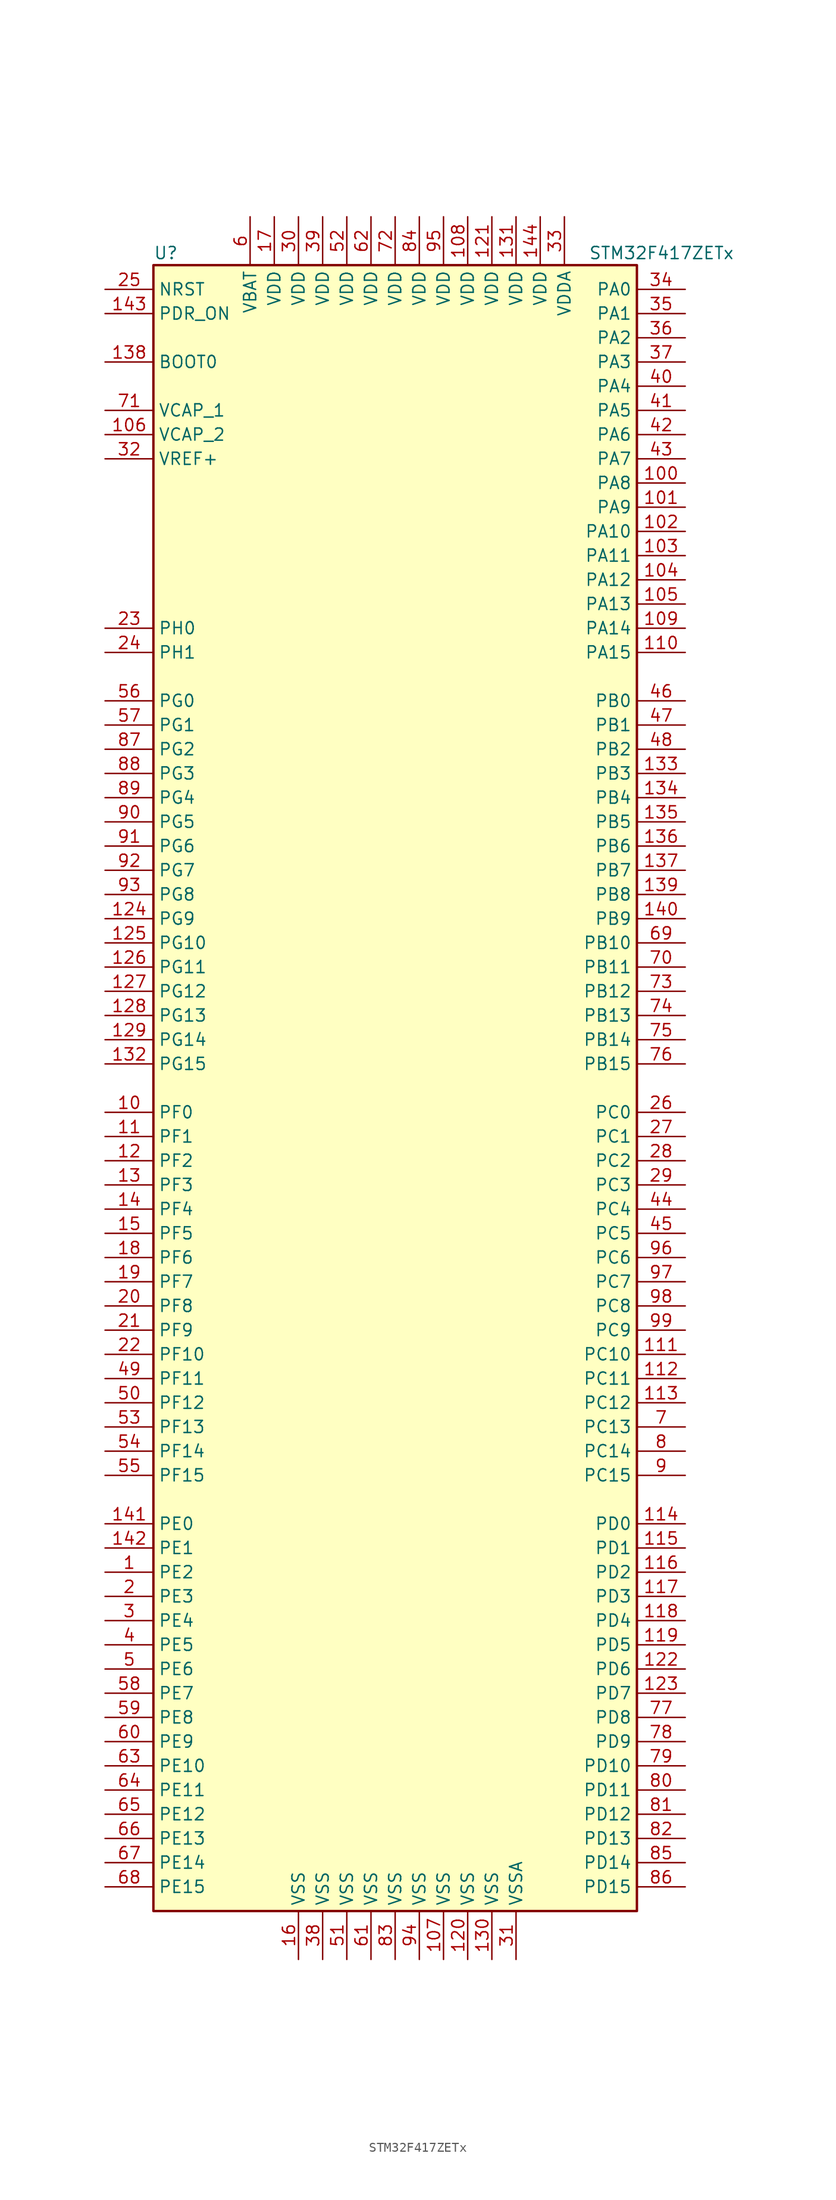
<source format=kicad_sym>
(kicad_symbol_lib
  (version 20201005)
  (generator kicad_symbol_editor)
  (symbol "STM32F417ZETx"
    (property "Reference" "U"
      (at -25.4 87.63 0)
      (effects (font (size 1.27 1.27)) (justify left)))
    (property "Value" "STM32F417ZETx"
      (at 20.32 87.63 0)
      (effects (font (size 1.27 1.27)) (justify left)))
    (symbol "STM32F417ZETx_0_1"
      (rectangle (start -25.4 -86.36) (end 25.4 86.36) (stroke (width 0.254)) (fill (type background))))
    (symbol "STM32F417ZETx_1_1"
      (pin input line (at -30.48 76.2 0) (length 5.08) (name "BOOT0" (effects (font (size 1.27 1.27)))) (number "138" (effects (font (size 1.27 1.27)))))
      (pin input line (at -30.48 83.82 0) (length 5.08) (name "NRST" (effects (font (size 1.27 1.27)))) (number "25" (effects (font (size 1.27 1.27)))))
      (pin bidirectional line (at 30.48 83.82 180) (length 5.08) (name "PA0" (effects (font (size 1.27 1.27)))) (number "34" (effects (font (size 1.27 1.27)))))
      (pin bidirectional line (at 30.48 81.28 180) (length 5.08) (name "PA1" (effects (font (size 1.27 1.27)))) (number "35" (effects (font (size 1.27 1.27)))))
      (pin bidirectional line (at 30.48 58.42 180) (length 5.08) (name "PA10" (effects (font (size 1.27 1.27)))) (number "102" (effects (font (size 1.27 1.27)))))
      (pin bidirectional line (at 30.48 55.88 180) (length 5.08) (name "PA11" (effects (font (size 1.27 1.27)))) (number "103" (effects (font (size 1.27 1.27)))))
      (pin bidirectional line (at 30.48 53.34 180) (length 5.08) (name "PA12" (effects (font (size 1.27 1.27)))) (number "104" (effects (font (size 1.27 1.27)))))
      (pin bidirectional line (at 30.48 50.8 180) (length 5.08) (name "PA13" (effects (font (size 1.27 1.27)))) (number "105" (effects (font (size 1.27 1.27)))))
      (pin bidirectional line (at 30.48 48.26 180) (length 5.08) (name "PA14" (effects (font (size 1.27 1.27)))) (number "109" (effects (font (size 1.27 1.27)))))
      (pin bidirectional line (at 30.48 45.72 180) (length 5.08) (name "PA15" (effects (font (size 1.27 1.27)))) (number "110" (effects (font (size 1.27 1.27)))))
      (pin bidirectional line (at 30.48 78.74 180) (length 5.08) (name "PA2" (effects (font (size 1.27 1.27)))) (number "36" (effects (font (size 1.27 1.27)))))
      (pin bidirectional line (at 30.48 76.2 180) (length 5.08) (name "PA3" (effects (font (size 1.27 1.27)))) (number "37" (effects (font (size 1.27 1.27)))))
      (pin bidirectional line (at 30.48 73.66 180) (length 5.08) (name "PA4" (effects (font (size 1.27 1.27)))) (number "40" (effects (font (size 1.27 1.27)))))
      (pin bidirectional line (at 30.48 71.12 180) (length 5.08) (name "PA5" (effects (font (size 1.27 1.27)))) (number "41" (effects (font (size 1.27 1.27)))))
      (pin bidirectional line (at 30.48 68.58 180) (length 5.08) (name "PA6" (effects (font (size 1.27 1.27)))) (number "42" (effects (font (size 1.27 1.27)))))
      (pin bidirectional line (at 30.48 66.04 180) (length 5.08) (name "PA7" (effects (font (size 1.27 1.27)))) (number "43" (effects (font (size 1.27 1.27)))))
      (pin bidirectional line (at 30.48 63.5 180) (length 5.08) (name "PA8" (effects (font (size 1.27 1.27)))) (number "100" (effects (font (size 1.27 1.27)))))
      (pin bidirectional line (at 30.48 60.96 180) (length 5.08) (name "PA9" (effects (font (size 1.27 1.27)))) (number "101" (effects (font (size 1.27 1.27)))))
      (pin bidirectional line (at 30.48 40.64 180) (length 5.08) (name "PB0" (effects (font (size 1.27 1.27)))) (number "46" (effects (font (size 1.27 1.27)))))
      (pin bidirectional line (at 30.48 38.1 180) (length 5.08) (name "PB1" (effects (font (size 1.27 1.27)))) (number "47" (effects (font (size 1.27 1.27)))))
      (pin bidirectional line (at 30.48 15.24 180) (length 5.08) (name "PB10" (effects (font (size 1.27 1.27)))) (number "69" (effects (font (size 1.27 1.27)))))
      (pin bidirectional line (at 30.48 12.7 180) (length 5.08) (name "PB11" (effects (font (size 1.27 1.27)))) (number "70" (effects (font (size 1.27 1.27)))))
      (pin bidirectional line (at 30.48 10.16 180) (length 5.08) (name "PB12" (effects (font (size 1.27 1.27)))) (number "73" (effects (font (size 1.27 1.27)))))
      (pin bidirectional line (at 30.48 7.62 180) (length 5.08) (name "PB13" (effects (font (size 1.27 1.27)))) (number "74" (effects (font (size 1.27 1.27)))))
      (pin bidirectional line (at 30.48 5.08 180) (length 5.08) (name "PB14" (effects (font (size 1.27 1.27)))) (number "75" (effects (font (size 1.27 1.27)))))
      (pin bidirectional line (at 30.48 2.54 180) (length 5.08) (name "PB15" (effects (font (size 1.27 1.27)))) (number "76" (effects (font (size 1.27 1.27)))))
      (pin bidirectional line (at 30.48 35.56 180) (length 5.08) (name "PB2" (effects (font (size 1.27 1.27)))) (number "48" (effects (font (size 1.27 1.27)))))
      (pin bidirectional line (at 30.48 33.02 180) (length 5.08) (name "PB3" (effects (font (size 1.27 1.27)))) (number "133" (effects (font (size 1.27 1.27)))))
      (pin bidirectional line (at 30.48 30.48 180) (length 5.08) (name "PB4" (effects (font (size 1.27 1.27)))) (number "134" (effects (font (size 1.27 1.27)))))
      (pin bidirectional line (at 30.48 27.94 180) (length 5.08) (name "PB5" (effects (font (size 1.27 1.27)))) (number "135" (effects (font (size 1.27 1.27)))))
      (pin bidirectional line (at 30.48 25.4 180) (length 5.08) (name "PB6" (effects (font (size 1.27 1.27)))) (number "136" (effects (font (size 1.27 1.27)))))
      (pin bidirectional line (at 30.48 22.86 180) (length 5.08) (name "PB7" (effects (font (size 1.27 1.27)))) (number "137" (effects (font (size 1.27 1.27)))))
      (pin bidirectional line (at 30.48 20.32 180) (length 5.08) (name "PB8" (effects (font (size 1.27 1.27)))) (number "139" (effects (font (size 1.27 1.27)))))
      (pin bidirectional line (at 30.48 17.78 180) (length 5.08) (name "PB9" (effects (font (size 1.27 1.27)))) (number "140" (effects (font (size 1.27 1.27)))))
      (pin bidirectional line (at 30.48 -2.54 180) (length 5.08) (name "PC0" (effects (font (size 1.27 1.27)))) (number "26" (effects (font (size 1.27 1.27)))))
      (pin bidirectional line (at 30.48 -5.08 180) (length 5.08) (name "PC1" (effects (font (size 1.27 1.27)))) (number "27" (effects (font (size 1.27 1.27)))))
      (pin bidirectional line (at 30.48 -27.94 180) (length 5.08) (name "PC10" (effects (font (size 1.27 1.27)))) (number "111" (effects (font (size 1.27 1.27)))))
      (pin bidirectional line (at 30.48 -30.48 180) (length 5.08) (name "PC11" (effects (font (size 1.27 1.27)))) (number "112" (effects (font (size 1.27 1.27)))))
      (pin bidirectional line (at 30.48 -33.02 180) (length 5.08) (name "PC12" (effects (font (size 1.27 1.27)))) (number "113" (effects (font (size 1.27 1.27)))))
      (pin bidirectional line (at 30.48 -35.56 180) (length 5.08) (name "PC13" (effects (font (size 1.27 1.27)))) (number "7" (effects (font (size 1.27 1.27)))))
      (pin bidirectional line (at 30.48 -38.1 180) (length 5.08) (name "PC14" (effects (font (size 1.27 1.27)))) (number "8" (effects (font (size 1.27 1.27)))))
      (pin bidirectional line (at 30.48 -40.64 180) (length 5.08) (name "PC15" (effects (font (size 1.27 1.27)))) (number "9" (effects (font (size 1.27 1.27)))))
      (pin bidirectional line (at 30.48 -7.62 180) (length 5.08) (name "PC2" (effects (font (size 1.27 1.27)))) (number "28" (effects (font (size 1.27 1.27)))))
      (pin bidirectional line (at 30.48 -10.16 180) (length 5.08) (name "PC3" (effects (font (size 1.27 1.27)))) (number "29" (effects (font (size 1.27 1.27)))))
      (pin bidirectional line (at 30.48 -12.7 180) (length 5.08) (name "PC4" (effects (font (size 1.27 1.27)))) (number "44" (effects (font (size 1.27 1.27)))))
      (pin bidirectional line (at 30.48 -15.24 180) (length 5.08) (name "PC5" (effects (font (size 1.27 1.27)))) (number "45" (effects (font (size 1.27 1.27)))))
      (pin bidirectional line (at 30.48 -17.78 180) (length 5.08) (name "PC6" (effects (font (size 1.27 1.27)))) (number "96" (effects (font (size 1.27 1.27)))))
      (pin bidirectional line (at 30.48 -20.32 180) (length 5.08) (name "PC7" (effects (font (size 1.27 1.27)))) (number "97" (effects (font (size 1.27 1.27)))))
      (pin bidirectional line (at 30.48 -22.86 180) (length 5.08) (name "PC8" (effects (font (size 1.27 1.27)))) (number "98" (effects (font (size 1.27 1.27)))))
      (pin bidirectional line (at 30.48 -25.4 180) (length 5.08) (name "PC9" (effects (font (size 1.27 1.27)))) (number "99" (effects (font (size 1.27 1.27)))))
      (pin bidirectional line (at 30.48 -45.72 180) (length 5.08) (name "PD0" (effects (font (size 1.27 1.27)))) (number "114" (effects (font (size 1.27 1.27)))))
      (pin bidirectional line (at 30.48 -48.26 180) (length 5.08) (name "PD1" (effects (font (size 1.27 1.27)))) (number "115" (effects (font (size 1.27 1.27)))))
      (pin bidirectional line (at 30.48 -71.12 180) (length 5.08) (name "PD10" (effects (font (size 1.27 1.27)))) (number "79" (effects (font (size 1.27 1.27)))))
      (pin bidirectional line (at 30.48 -73.66 180) (length 5.08) (name "PD11" (effects (font (size 1.27 1.27)))) (number "80" (effects (font (size 1.27 1.27)))))
      (pin bidirectional line (at 30.48 -76.2 180) (length 5.08) (name "PD12" (effects (font (size 1.27 1.27)))) (number "81" (effects (font (size 1.27 1.27)))))
      (pin bidirectional line (at 30.48 -78.74 180) (length 5.08) (name "PD13" (effects (font (size 1.27 1.27)))) (number "82" (effects (font (size 1.27 1.27)))))
      (pin bidirectional line (at 30.48 -81.28 180) (length 5.08) (name "PD14" (effects (font (size 1.27 1.27)))) (number "85" (effects (font (size 1.27 1.27)))))
      (pin bidirectional line (at 30.48 -83.82 180) (length 5.08) (name "PD15" (effects (font (size 1.27 1.27)))) (number "86" (effects (font (size 1.27 1.27)))))
      (pin bidirectional line (at 30.48 -50.8 180) (length 5.08) (name "PD2" (effects (font (size 1.27 1.27)))) (number "116" (effects (font (size 1.27 1.27)))))
      (pin bidirectional line (at 30.48 -53.34 180) (length 5.08) (name "PD3" (effects (font (size 1.27 1.27)))) (number "117" (effects (font (size 1.27 1.27)))))
      (pin bidirectional line (at 30.48 -55.88 180) (length 5.08) (name "PD4" (effects (font (size 1.27 1.27)))) (number "118" (effects (font (size 1.27 1.27)))))
      (pin bidirectional line (at 30.48 -58.42 180) (length 5.08) (name "PD5" (effects (font (size 1.27 1.27)))) (number "119" (effects (font (size 1.27 1.27)))))
      (pin bidirectional line (at 30.48 -60.96 180) (length 5.08) (name "PD6" (effects (font (size 1.27 1.27)))) (number "122" (effects (font (size 1.27 1.27)))))
      (pin bidirectional line (at 30.48 -63.5 180) (length 5.08) (name "PD7" (effects (font (size 1.27 1.27)))) (number "123" (effects (font (size 1.27 1.27)))))
      (pin bidirectional line (at 30.48 -66.04 180) (length 5.08) (name "PD8" (effects (font (size 1.27 1.27)))) (number "77" (effects (font (size 1.27 1.27)))))
      (pin bidirectional line (at 30.48 -68.58 180) (length 5.08) (name "PD9" (effects (font (size 1.27 1.27)))) (number "78" (effects (font (size 1.27 1.27)))))
      (pin input line (at -30.48 81.28 0) (length 5.08) (name "PDR_ON" (effects (font (size 1.27 1.27)))) (number "143" (effects (font (size 1.27 1.27)))))
      (pin bidirectional line (at -30.48 -45.72 0) (length 5.08) (name "PE0" (effects (font (size 1.27 1.27)))) (number "141" (effects (font (size 1.27 1.27)))))
      (pin bidirectional line (at -30.48 -48.26 0) (length 5.08) (name "PE1" (effects (font (size 1.27 1.27)))) (number "142" (effects (font (size 1.27 1.27)))))
      (pin bidirectional line (at -30.48 -71.12 0) (length 5.08) (name "PE10" (effects (font (size 1.27 1.27)))) (number "63" (effects (font (size 1.27 1.27)))))
      (pin bidirectional line (at -30.48 -73.66 0) (length 5.08) (name "PE11" (effects (font (size 1.27 1.27)))) (number "64" (effects (font (size 1.27 1.27)))))
      (pin bidirectional line (at -30.48 -76.2 0) (length 5.08) (name "PE12" (effects (font (size 1.27 1.27)))) (number "65" (effects (font (size 1.27 1.27)))))
      (pin bidirectional line (at -30.48 -78.74 0) (length 5.08) (name "PE13" (effects (font (size 1.27 1.27)))) (number "66" (effects (font (size 1.27 1.27)))))
      (pin bidirectional line (at -30.48 -81.28 0) (length 5.08) (name "PE14" (effects (font (size 1.27 1.27)))) (number "67" (effects (font (size 1.27 1.27)))))
      (pin bidirectional line (at -30.48 -83.82 0) (length 5.08) (name "PE15" (effects (font (size 1.27 1.27)))) (number "68" (effects (font (size 1.27 1.27)))))
      (pin bidirectional line (at -30.48 -50.8 0) (length 5.08) (name "PE2" (effects (font (size 1.27 1.27)))) (number "1" (effects (font (size 1.27 1.27)))))
      (pin bidirectional line (at -30.48 -53.34 0) (length 5.08) (name "PE3" (effects (font (size 1.27 1.27)))) (number "2" (effects (font (size 1.27 1.27)))))
      (pin bidirectional line (at -30.48 -55.88 0) (length 5.08) (name "PE4" (effects (font (size 1.27 1.27)))) (number "3" (effects (font (size 1.27 1.27)))))
      (pin bidirectional line (at -30.48 -58.42 0) (length 5.08) (name "PE5" (effects (font (size 1.27 1.27)))) (number "4" (effects (font (size 1.27 1.27)))))
      (pin bidirectional line (at -30.48 -60.96 0) (length 5.08) (name "PE6" (effects (font (size 1.27 1.27)))) (number "5" (effects (font (size 1.27 1.27)))))
      (pin bidirectional line (at -30.48 -63.5 0) (length 5.08) (name "PE7" (effects (font (size 1.27 1.27)))) (number "58" (effects (font (size 1.27 1.27)))))
      (pin bidirectional line (at -30.48 -66.04 0) (length 5.08) (name "PE8" (effects (font (size 1.27 1.27)))) (number "59" (effects (font (size 1.27 1.27)))))
      (pin bidirectional line (at -30.48 -68.58 0) (length 5.08) (name "PE9" (effects (font (size 1.27 1.27)))) (number "60" (effects (font (size 1.27 1.27)))))
      (pin bidirectional line (at -30.48 -2.54 0) (length 5.08) (name "PF0" (effects (font (size 1.27 1.27)))) (number "10" (effects (font (size 1.27 1.27)))))
      (pin bidirectional line (at -30.48 -5.08 0) (length 5.08) (name "PF1" (effects (font (size 1.27 1.27)))) (number "11" (effects (font (size 1.27 1.27)))))
      (pin bidirectional line (at -30.48 -27.94 0) (length 5.08) (name "PF10" (effects (font (size 1.27 1.27)))) (number "22" (effects (font (size 1.27 1.27)))))
      (pin bidirectional line (at -30.48 -30.48 0) (length 5.08) (name "PF11" (effects (font (size 1.27 1.27)))) (number "49" (effects (font (size 1.27 1.27)))))
      (pin bidirectional line (at -30.48 -33.02 0) (length 5.08) (name "PF12" (effects (font (size 1.27 1.27)))) (number "50" (effects (font (size 1.27 1.27)))))
      (pin bidirectional line (at -30.48 -35.56 0) (length 5.08) (name "PF13" (effects (font (size 1.27 1.27)))) (number "53" (effects (font (size 1.27 1.27)))))
      (pin bidirectional line (at -30.48 -38.1 0) (length 5.08) (name "PF14" (effects (font (size 1.27 1.27)))) (number "54" (effects (font (size 1.27 1.27)))))
      (pin bidirectional line (at -30.48 -40.64 0) (length 5.08) (name "PF15" (effects (font (size 1.27 1.27)))) (number "55" (effects (font (size 1.27 1.27)))))
      (pin bidirectional line (at -30.48 -7.62 0) (length 5.08) (name "PF2" (effects (font (size 1.27 1.27)))) (number "12" (effects (font (size 1.27 1.27)))))
      (pin bidirectional line (at -30.48 -10.16 0) (length 5.08) (name "PF3" (effects (font (size 1.27 1.27)))) (number "13" (effects (font (size 1.27 1.27)))))
      (pin bidirectional line (at -30.48 -12.7 0) (length 5.08) (name "PF4" (effects (font (size 1.27 1.27)))) (number "14" (effects (font (size 1.27 1.27)))))
      (pin bidirectional line (at -30.48 -15.24 0) (length 5.08) (name "PF5" (effects (font (size 1.27 1.27)))) (number "15" (effects (font (size 1.27 1.27)))))
      (pin bidirectional line (at -30.48 -17.78 0) (length 5.08) (name "PF6" (effects (font (size 1.27 1.27)))) (number "18" (effects (font (size 1.27 1.27)))))
      (pin bidirectional line (at -30.48 -20.32 0) (length 5.08) (name "PF7" (effects (font (size 1.27 1.27)))) (number "19" (effects (font (size 1.27 1.27)))))
      (pin bidirectional line (at -30.48 -22.86 0) (length 5.08) (name "PF8" (effects (font (size 1.27 1.27)))) (number "20" (effects (font (size 1.27 1.27)))))
      (pin bidirectional line (at -30.48 -25.4 0) (length 5.08) (name "PF9" (effects (font (size 1.27 1.27)))) (number "21" (effects (font (size 1.27 1.27)))))
      (pin bidirectional line (at -30.48 40.64 0) (length 5.08) (name "PG0" (effects (font (size 1.27 1.27)))) (number "56" (effects (font (size 1.27 1.27)))))
      (pin bidirectional line (at -30.48 38.1 0) (length 5.08) (name "PG1" (effects (font (size 1.27 1.27)))) (number "57" (effects (font (size 1.27 1.27)))))
      (pin bidirectional line (at -30.48 15.24 0) (length 5.08) (name "PG10" (effects (font (size 1.27 1.27)))) (number "125" (effects (font (size 1.27 1.27)))))
      (pin bidirectional line (at -30.48 12.7 0) (length 5.08) (name "PG11" (effects (font (size 1.27 1.27)))) (number "126" (effects (font (size 1.27 1.27)))))
      (pin bidirectional line (at -30.48 10.16 0) (length 5.08) (name "PG12" (effects (font (size 1.27 1.27)))) (number "127" (effects (font (size 1.27 1.27)))))
      (pin bidirectional line (at -30.48 7.62 0) (length 5.08) (name "PG13" (effects (font (size 1.27 1.27)))) (number "128" (effects (font (size 1.27 1.27)))))
      (pin bidirectional line (at -30.48 5.08 0) (length 5.08) (name "PG14" (effects (font (size 1.27 1.27)))) (number "129" (effects (font (size 1.27 1.27)))))
      (pin bidirectional line (at -30.48 2.54 0) (length 5.08) (name "PG15" (effects (font (size 1.27 1.27)))) (number "132" (effects (font (size 1.27 1.27)))))
      (pin bidirectional line (at -30.48 35.56 0) (length 5.08) (name "PG2" (effects (font (size 1.27 1.27)))) (number "87" (effects (font (size 1.27 1.27)))))
      (pin bidirectional line (at -30.48 33.02 0) (length 5.08) (name "PG3" (effects (font (size 1.27 1.27)))) (number "88" (effects (font (size 1.27 1.27)))))
      (pin bidirectional line (at -30.48 30.48 0) (length 5.08) (name "PG4" (effects (font (size 1.27 1.27)))) (number "89" (effects (font (size 1.27 1.27)))))
      (pin bidirectional line (at -30.48 27.94 0) (length 5.08) (name "PG5" (effects (font (size 1.27 1.27)))) (number "90" (effects (font (size 1.27 1.27)))))
      (pin bidirectional line (at -30.48 25.4 0) (length 5.08) (name "PG6" (effects (font (size 1.27 1.27)))) (number "91" (effects (font (size 1.27 1.27)))))
      (pin bidirectional line (at -30.48 22.86 0) (length 5.08) (name "PG7" (effects (font (size 1.27 1.27)))) (number "92" (effects (font (size 1.27 1.27)))))
      (pin bidirectional line (at -30.48 20.32 0) (length 5.08) (name "PG8" (effects (font (size 1.27 1.27)))) (number "93" (effects (font (size 1.27 1.27)))))
      (pin bidirectional line (at -30.48 17.78 0) (length 5.08) (name "PG9" (effects (font (size 1.27 1.27)))) (number "124" (effects (font (size 1.27 1.27)))))
      (pin input line (at -30.48 48.26 0) (length 5.08) (name "PH0" (effects (font (size 1.27 1.27)))) (number "23" (effects (font (size 1.27 1.27)))))
      (pin input line (at -30.48 45.72 0) (length 5.08) (name "PH1" (effects (font (size 1.27 1.27)))) (number "24" (effects (font (size 1.27 1.27)))))
      (pin power_in line (at -15.24 91.44 270) (length 5.08) (name "VBAT" (effects (font (size 1.27 1.27)))) (number "6" (effects (font (size 1.27 1.27)))))
      (pin power_in line (at -30.48 71.12 0) (length 5.08) (name "VCAP_1" (effects (font (size 1.27 1.27)))) (number "71" (effects (font (size 1.27 1.27)))))
      (pin power_in line (at -30.48 68.58 0) (length 5.08) (name "VCAP_2" (effects (font (size 1.27 1.27)))) (number "106" (effects (font (size 1.27 1.27)))))
      (pin power_in line (at 7.62 91.44 270) (length 5.08) (name "VDD" (effects (font (size 1.27 1.27)))) (number "108" (effects (font (size 1.27 1.27)))))
      (pin power_in line (at 10.16 91.44 270) (length 5.08) (name "VDD" (effects (font (size 1.27 1.27)))) (number "121" (effects (font (size 1.27 1.27)))))
      (pin power_in line (at 12.7 91.44 270) (length 5.08) (name "VDD" (effects (font (size 1.27 1.27)))) (number "131" (effects (font (size 1.27 1.27)))))
      (pin power_in line (at 15.24 91.44 270) (length 5.08) (name "VDD" (effects (font (size 1.27 1.27)))) (number "144" (effects (font (size 1.27 1.27)))))
      (pin power_in line (at -12.7 91.44 270) (length 5.08) (name "VDD" (effects (font (size 1.27 1.27)))) (number "17" (effects (font (size 1.27 1.27)))))
      (pin power_in line (at -10.16 91.44 270) (length 5.08) (name "VDD" (effects (font (size 1.27 1.27)))) (number "30" (effects (font (size 1.27 1.27)))))
      (pin power_in line (at -7.62 91.44 270) (length 5.08) (name "VDD" (effects (font (size 1.27 1.27)))) (number "39" (effects (font (size 1.27 1.27)))))
      (pin power_in line (at -5.08 91.44 270) (length 5.08) (name "VDD" (effects (font (size 1.27 1.27)))) (number "52" (effects (font (size 1.27 1.27)))))
      (pin power_in line (at -2.54 91.44 270) (length 5.08) (name "VDD" (effects (font (size 1.27 1.27)))) (number "62" (effects (font (size 1.27 1.27)))))
      (pin power_in line (at 0 91.44 270) (length 5.08) (name "VDD" (effects (font (size 1.27 1.27)))) (number "72" (effects (font (size 1.27 1.27)))))
      (pin power_in line (at 2.54 91.44 270) (length 5.08) (name "VDD" (effects (font (size 1.27 1.27)))) (number "84" (effects (font (size 1.27 1.27)))))
      (pin power_in line (at 5.08 91.44 270) (length 5.08) (name "VDD" (effects (font (size 1.27 1.27)))) (number "95" (effects (font (size 1.27 1.27)))))
      (pin power_in line (at 17.78 91.44 270) (length 5.08) (name "VDDA" (effects (font (size 1.27 1.27)))) (number "33" (effects (font (size 1.27 1.27)))))
      (pin power_in line (at -30.48 66.04 0) (length 5.08) (name "VREF+" (effects (font (size 1.27 1.27)))) (number "32" (effects (font (size 1.27 1.27)))))
      (pin power_in line (at 5.08 -91.44 90) (length 5.08) (name "VSS" (effects (font (size 1.27 1.27)))) (number "107" (effects (font (size 1.27 1.27)))))
      (pin power_in line (at 7.62 -91.44 90) (length 5.08) (name "VSS" (effects (font (size 1.27 1.27)))) (number "120" (effects (font (size 1.27 1.27)))))
      (pin power_in line (at 10.16 -91.44 90) (length 5.08) (name "VSS" (effects (font (size 1.27 1.27)))) (number "130" (effects (font (size 1.27 1.27)))))
      (pin power_in line (at -10.16 -91.44 90) (length 5.08) (name "VSS" (effects (font (size 1.27 1.27)))) (number "16" (effects (font (size 1.27 1.27)))))
      (pin power_in line (at -7.62 -91.44 90) (length 5.08) (name "VSS" (effects (font (size 1.27 1.27)))) (number "38" (effects (font (size 1.27 1.27)))))
      (pin power_in line (at -5.08 -91.44 90) (length 5.08) (name "VSS" (effects (font (size 1.27 1.27)))) (number "51" (effects (font (size 1.27 1.27)))))
      (pin power_in line (at -2.54 -91.44 90) (length 5.08) (name "VSS" (effects (font (size 1.27 1.27)))) (number "61" (effects (font (size 1.27 1.27)))))
      (pin power_in line (at 0 -91.44 90) (length 5.08) (name "VSS" (effects (font (size 1.27 1.27)))) (number "83" (effects (font (size 1.27 1.27)))))
      (pin power_in line (at 2.54 -91.44 90) (length 5.08) (name "VSS" (effects (font (size 1.27 1.27)))) (number "94" (effects (font (size 1.27 1.27)))))
      (pin power_in line (at 12.7 -91.44 90) (length 5.08) (name "VSSA" (effects (font (size 1.27 1.27)))) (number "31" (effects (font (size 1.27 1.27))))))))
</source>
